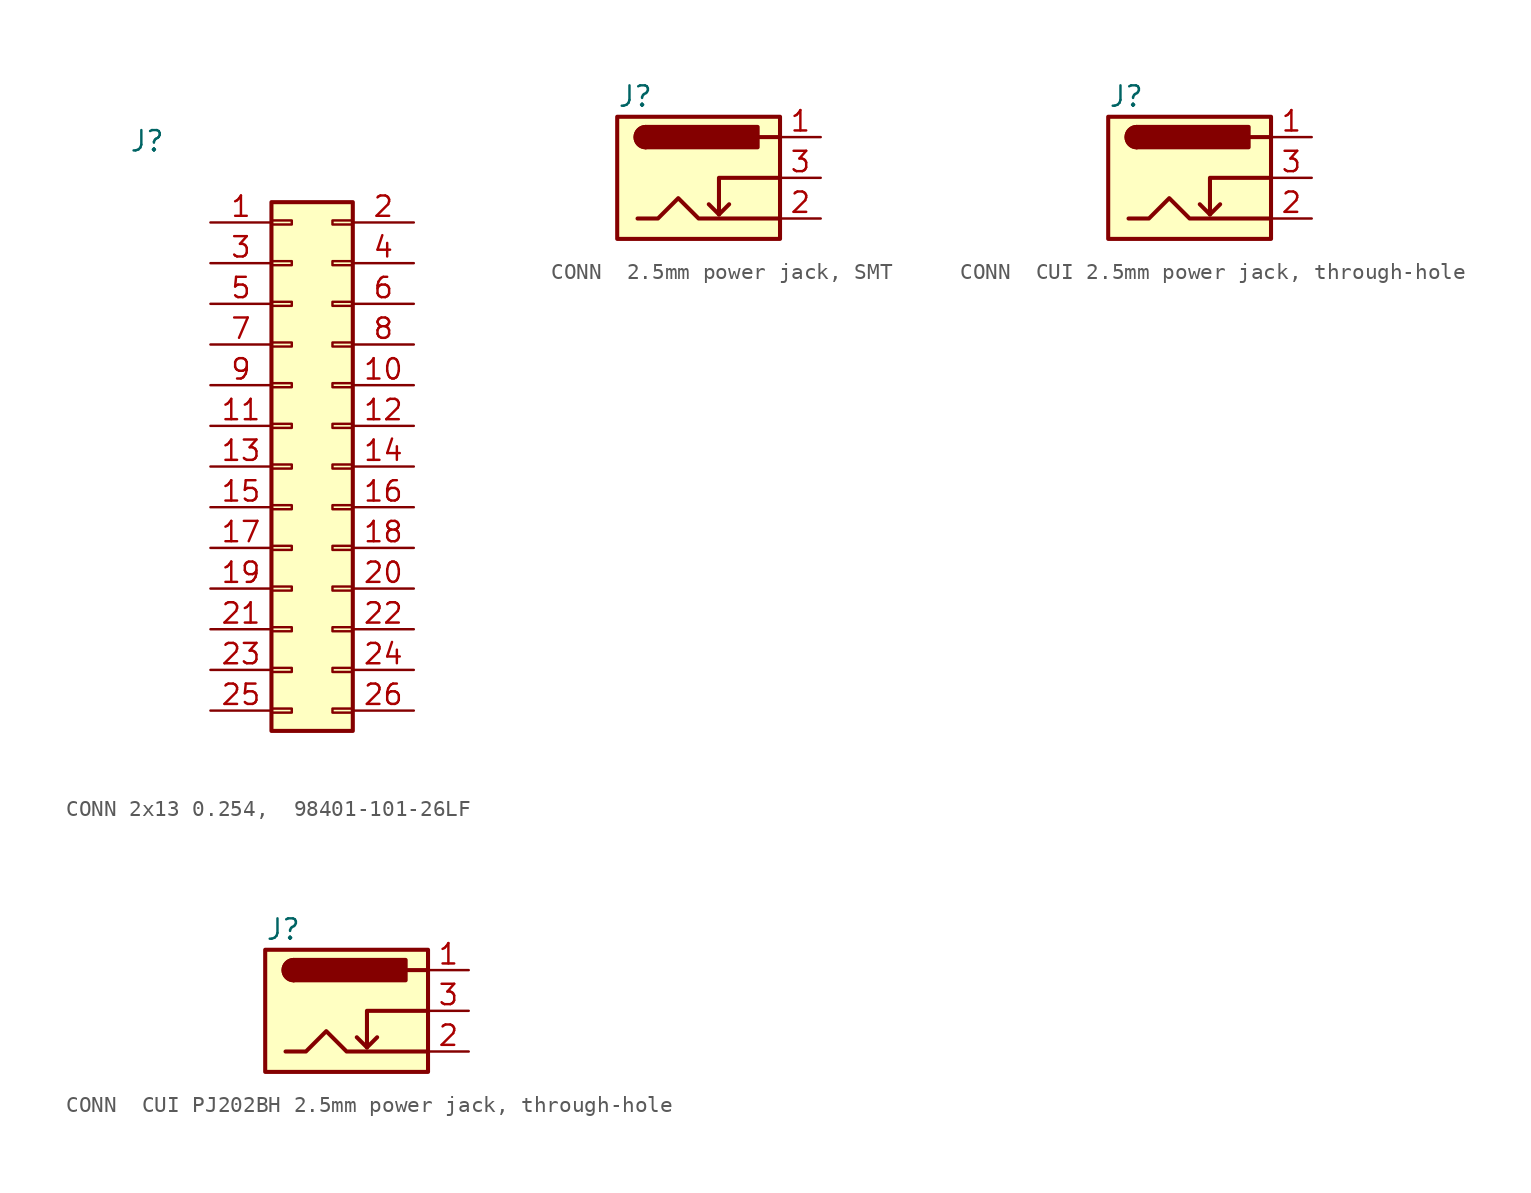
<source format=kicad_sym>
(kicad_symbol_lib
  (version 20241209)
  (generator "kicad_symbol_editor")
  (generator_version "9.0")
  (symbol "CONN 2x13 0.254,  98401-101-26LF "
    (pin_names
      (offset 0)
      (hide yes))
    (property "Reference" "J"
      (at -5.08 5.08 0)
      (effects (font (size 1.27 1.27)) (justify left)))
    (symbol "CONN 2x13 0.254,  98401-101-26LF _1_1"
      (rectangle (start 3.81 1.27) (end 8.89 -31.75) (stroke (width 0.254) (type default)) (fill (type background)))
      (rectangle (start 3.81 0.127) (end 5.08 -0.127) (stroke (width 0.152) (type default)) (fill (type none)))
      (rectangle (start 3.81 -2.413) (end 5.08 -2.667) (stroke (width 0.152) (type default)) (fill (type none)))
      (rectangle (start 3.81 -4.953) (end 5.08 -5.207) (stroke (width 0.152) (type default)) (fill (type none)))
      (rectangle (start 3.81 -7.493) (end 5.08 -7.747) (stroke (width 0.152) (type default)) (fill (type none)))
      (rectangle (start 3.81 -10.033) (end 5.08 -10.287) (stroke (width 0.152) (type default)) (fill (type none)))
      (rectangle (start 3.81 -12.573) (end 5.08 -12.827) (stroke (width 0.152) (type default)) (fill (type none)))
      (rectangle (start 3.81 -15.113) (end 5.08 -15.367) (stroke (width 0.152) (type default)) (fill (type none)))
      (rectangle (start 3.81 -17.653) (end 5.08 -17.907) (stroke (width 0.152) (type default)) (fill (type none)))
      (rectangle (start 3.81 -20.193) (end 5.08 -20.447) (stroke (width 0.152) (type default)) (fill (type none)))
      (rectangle (start 3.81 -22.733) (end 5.08 -22.987) (stroke (width 0.152) (type default)) (fill (type none)))
      (rectangle (start 3.81 -25.273) (end 5.08 -25.527) (stroke (width 0.152) (type default)) (fill (type none)))
      (rectangle (start 3.81 -27.813) (end 5.08 -28.067) (stroke (width 0.152) (type default)) (fill (type none)))
      (rectangle (start 3.81 -30.353) (end 5.08 -30.607) (stroke (width 0.152) (type default)) (fill (type none)))
      (rectangle (start 8.89 0.127) (end 7.62 -0.127) (stroke (width 0.152) (type default)) (fill (type none)))
      (rectangle (start 8.89 -2.413) (end 7.62 -2.667) (stroke (width 0.152) (type default)) (fill (type none)))
      (rectangle (start 8.89 -4.953) (end 7.62 -5.207) (stroke (width 0.152) (type default)) (fill (type none)))
      (rectangle (start 8.89 -7.493) (end 7.62 -7.747) (stroke (width 0.152) (type default)) (fill (type none)))
      (rectangle (start 8.89 -10.033) (end 7.62 -10.287) (stroke (width 0.152) (type default)) (fill (type none)))
      (rectangle (start 8.89 -12.573) (end 7.62 -12.827) (stroke (width 0.152) (type default)) (fill (type none)))
      (rectangle (start 8.89 -15.113) (end 7.62 -15.367) (stroke (width 0.152) (type default)) (fill (type none)))
      (rectangle (start 8.89 -17.653) (end 7.62 -17.907) (stroke (width 0.152) (type default)) (fill (type none)))
      (rectangle (start 8.89 -20.193) (end 7.62 -20.447) (stroke (width 0.152) (type default)) (fill (type none)))
      (rectangle (start 8.89 -22.733) (end 7.62 -22.987) (stroke (width 0.152) (type default)) (fill (type none)))
      (rectangle (start 8.89 -25.273) (end 7.62 -25.527) (stroke (width 0.152) (type default)) (fill (type none)))
      (rectangle (start 8.89 -27.813) (end 7.62 -28.067) (stroke (width 0.152) (type default)) (fill (type none)))
      (rectangle (start 8.89 -30.353) (end 7.62 -30.607) (stroke (width 0.152) (type default)) (fill (type none)))
      (pin passive line (at 0 0 0) (length 3.81) (name "Pin_1" (effects (font (size 1.27 1.27)))) (number "1" (effects (font (size 1.27 1.27)))))
      (pin passive line (at 0 -2.54 0) (length 3.81) (name "Pin_3" (effects (font (size 1.27 1.27)))) (number "3" (effects (font (size 1.27 1.27)))))
      (pin passive line (at 0 -5.08 0) (length 3.81) (name "Pin_5" (effects (font (size 1.27 1.27)))) (number "5" (effects (font (size 1.27 1.27)))))
      (pin passive line (at 0 -7.62 0) (length 3.81) (name "Pin_7" (effects (font (size 1.27 1.27)))) (number "7" (effects (font (size 1.27 1.27)))))
      (pin passive line (at 0 -10.16 0) (length 3.81) (name "Pin_9" (effects (font (size 1.27 1.27)))) (number "9" (effects (font (size 1.27 1.27)))))
      (pin passive line (at 0 -12.7 0) (length 3.81) (name "Pin_11" (effects (font (size 1.27 1.27)))) (number "11" (effects (font (size 1.27 1.27)))))
      (pin passive line (at 0 -15.24 0) (length 3.81) (name "Pin_13" (effects (font (size 1.27 1.27)))) (number "13" (effects (font (size 1.27 1.27)))))
      (pin passive line (at 0 -17.78 0) (length 3.81) (name "Pin_15" (effects (font (size 1.27 1.27)))) (number "15" (effects (font (size 1.27 1.27)))))
      (pin passive line (at 0 -20.32 0) (length 3.81) (name "Pin_17" (effects (font (size 1.27 1.27)))) (number "17" (effects (font (size 1.27 1.27)))))
      (pin passive line (at 0 -22.86 0) (length 3.81) (name "Pin_19" (effects (font (size 1.27 1.27)))) (number "19" (effects (font (size 1.27 1.27)))))
      (pin passive line (at 0 -25.4 0) (length 3.81) (name "Pin_21" (effects (font (size 1.27 1.27)))) (number "21" (effects (font (size 1.27 1.27)))))
      (pin passive line (at 0 -27.94 0) (length 3.81) (name "Pin_23" (effects (font (size 1.27 1.27)))) (number "23" (effects (font (size 1.27 1.27)))))
      (pin passive line (at 0 -30.48 0) (length 3.81) (name "Pin_25" (effects (font (size 1.27 1.27)))) (number "25" (effects (font (size 1.27 1.27)))))
      (pin passive line (at 12.7 0 180) (length 3.81) (name "Pin_2" (effects (font (size 1.27 1.27)))) (number "2" (effects (font (size 1.27 1.27)))))
      (pin passive line (at 12.7 -2.54 180) (length 3.81) (name "Pin_4" (effects (font (size 1.27 1.27)))) (number "4" (effects (font (size 1.27 1.27)))))
      (pin passive line (at 12.7 -5.08 180) (length 3.81) (name "Pin_6" (effects (font (size 1.27 1.27)))) (number "6" (effects (font (size 1.27 1.27)))))
      (pin passive line (at 12.7 -7.62 180) (length 3.81) (name "Pin_8" (effects (font (size 1.27 1.27)))) (number "8" (effects (font (size 1.27 1.27)))))
      (pin passive line (at 12.7 -10.16 180) (length 3.81) (name "Pin_10" (effects (font (size 1.27 1.27)))) (number "10" (effects (font (size 1.27 1.27)))))
      (pin passive line (at 12.7 -12.7 180) (length 3.81) (name "Pin_12" (effects (font (size 1.27 1.27)))) (number "12" (effects (font (size 1.27 1.27)))))
      (pin passive line (at 12.7 -15.24 180) (length 3.81) (name "Pin_14" (effects (font (size 1.27 1.27)))) (number "14" (effects (font (size 1.27 1.27)))))
      (pin passive line (at 12.7 -17.78 180) (length 3.81) (name "Pin_16" (effects (font (size 1.27 1.27)))) (number "16" (effects (font (size 1.27 1.27)))))
      (pin passive line (at 12.7 -20.32 180) (length 3.81) (name "Pin_18" (effects (font (size 1.27 1.27)))) (number "18" (effects (font (size 1.27 1.27)))))
      (pin passive line (at 12.7 -22.86 180) (length 3.81) (name "Pin_20" (effects (font (size 1.27 1.27)))) (number "20" (effects (font (size 1.27 1.27)))))
      (pin passive line (at 12.7 -25.4 180) (length 3.81) (name "Pin_22" (effects (font (size 1.27 1.27)))) (number "22" (effects (font (size 1.27 1.27)))))
      (pin passive line (at 12.7 -27.94 180) (length 3.81) (name "Pin_24" (effects (font (size 1.27 1.27)))) (number "24" (effects (font (size 1.27 1.27)))))
      (pin passive line (at 12.7 -30.48 180) (length 3.81) (name "Pin_26" (effects (font (size 1.27 1.27)))) (number "26" (effects (font (size 1.27 1.27)))))))
  (symbol "CONN  2.5mm power jack, SMT"
    (pin_names
      (offset 0)
      (hide yes))
    (property "Reference" "J"
      (at -5.08 5.08 0)
      (effects (font (size 1.27 1.27)) (justify left)))
    (symbol "CONN  2.5mm power jack, SMT_0_1"
      (rectangle (start -5.08 3.81) (end 5.08 -3.81) (stroke (width 0.254) (type default)) (fill (type background)))
      (polyline (pts (xy -3.81 -2.54) (xy -2.54 -2.54) (xy -1.27 -1.27) (xy 0 -2.54) (xy 2.54 -2.54) (xy 5.08 -2.54)) (stroke (width 0.254) (type default)) (fill (type none)))
      (arc (start -3.302 1.905) (mid -3.9343 2.54) (end -3.302 3.175) (stroke (width 0.254) (type default)) (fill (type none)))
      (arc (start -3.302 1.905) (mid -3.9343 2.54) (end -3.302 3.175) (stroke (width 0.254) (type default)) (fill (type outline)))
      (polyline (pts (xy 1.27 -2.286) (xy 1.905 -1.651)) (stroke (width 0.254) (type default)) (fill (type none)))
      (rectangle (start 3.683 3.175) (end -3.302 1.905) (stroke (width 0.254) (type default)) (fill (type outline)))
      (polyline (pts (xy 5.08 2.54) (xy 3.81 2.54)) (stroke (width 0.254) (type default)) (fill (type none)))
      (polyline (pts (xy 5.08 0) (xy 1.27 0) (xy 1.27 -2.286) (xy 0.635 -1.651)) (stroke (width 0.254) (type default)) (fill (type none))))
    (symbol "CONN  2.5mm power jack, SMT_1_1"
      (pin passive line (at 7.62 2.54 180) (length 2.54) (name "~" (effects (font (size 1.27 1.27)))) (number "1" (effects (font (size 1.27 1.27)))))
      (pin passive line (at 7.62 0 180) (length 2.54) (name "~" (effects (font (size 1.27 1.27)))) (number "3" (effects (font (size 1.27 1.27)))))
      (pin passive line (at 7.62 -2.54 180) (length 2.54) (name "~" (effects (font (size 1.27 1.27)))) (number "2" (effects (font (size 1.27 1.27)))))))
  (symbol "CONN  CUI 2.5mm power jack, through-hole"
    (pin_names
      (offset 0)
      (hide yes))
    (property "Reference" "J"
      (at -5.08 5.08 0)
      (effects (font (size 1.27 1.27)) (justify left)))
    (symbol "CONN  CUI 2.5mm power jack, through-hole_0_1"
      (rectangle (start -5.08 3.81) (end 5.08 -3.81) (stroke (width 0.254) (type default)) (fill (type background)))
      (polyline (pts (xy -3.81 -2.54) (xy -2.54 -2.54) (xy -1.27 -1.27) (xy 0 -2.54) (xy 2.54 -2.54) (xy 5.08 -2.54)) (stroke (width 0.254) (type default)) (fill (type none)))
      (arc (start -3.302 1.905) (mid -3.9343 2.54) (end -3.302 3.175) (stroke (width 0.254) (type default)) (fill (type none)))
      (arc (start -3.302 1.905) (mid -3.9343 2.54) (end -3.302 3.175) (stroke (width 0.254) (type default)) (fill (type outline)))
      (polyline (pts (xy 1.27 -2.286) (xy 1.905 -1.651)) (stroke (width 0.254) (type default)) (fill (type none)))
      (rectangle (start 3.683 3.175) (end -3.302 1.905) (stroke (width 0.254) (type default)) (fill (type outline)))
      (polyline (pts (xy 5.08 2.54) (xy 3.81 2.54)) (stroke (width 0.254) (type default)) (fill (type none)))
      (polyline (pts (xy 5.08 0) (xy 1.27 0) (xy 1.27 -2.286) (xy 0.635 -1.651)) (stroke (width 0.254) (type default)) (fill (type none))))
    (symbol "CONN  CUI 2.5mm power jack, through-hole_1_1"
      (pin passive line (at 7.62 2.54 180) (length 2.54) (name "~" (effects (font (size 1.27 1.27)))) (number "1" (effects (font (size 1.27 1.27)))))
      (pin passive line (at 7.62 0 180) (length 2.54) (name "~" (effects (font (size 1.27 1.27)))) (number "3" (effects (font (size 1.27 1.27)))))
      (pin passive line (at 7.62 -2.54 180) (length 2.54) (name "~" (effects (font (size 1.27 1.27)))) (number "2" (effects (font (size 1.27 1.27)))))))
  (symbol "CONN  CUI PJ202BH 2.5mm power jack, through-hole"
    (pin_names
      (offset 0)
      (hide yes))
    (property "Reference" "J"
      (at -5.08 5.08 0)
      (effects (font (size 1.27 1.27)) (justify left)))
    (symbol "CONN  CUI PJ202BH 2.5mm power jack, through-hole_0_1"
      (rectangle (start -5.08 3.81) (end 5.08 -3.81) (stroke (width 0.254) (type default)) (fill (type background)))
      (polyline (pts (xy -3.81 -2.54) (xy -2.54 -2.54) (xy -1.27 -1.27) (xy 0 -2.54) (xy 2.54 -2.54) (xy 5.08 -2.54)) (stroke (width 0.254) (type default)) (fill (type none)))
      (arc (start -3.302 1.905) (mid -3.9343 2.54) (end -3.302 3.175) (stroke (width 0.254) (type default)) (fill (type none)))
      (arc (start -3.302 1.905) (mid -3.9343 2.54) (end -3.302 3.175) (stroke (width 0.254) (type default)) (fill (type outline)))
      (polyline (pts (xy 1.27 -2.286) (xy 1.905 -1.651)) (stroke (width 0.254) (type default)) (fill (type none)))
      (rectangle (start 3.683 3.175) (end -3.302 1.905) (stroke (width 0.254) (type default)) (fill (type outline)))
      (polyline (pts (xy 5.08 2.54) (xy 3.81 2.54)) (stroke (width 0.254) (type default)) (fill (type none)))
      (polyline (pts (xy 5.08 0) (xy 1.27 0) (xy 1.27 -2.286) (xy 0.635 -1.651)) (stroke (width 0.254) (type default)) (fill (type none))))
    (symbol "CONN  CUI PJ202BH 2.5mm power jack, through-hole_1_1"
      (pin passive line (at 7.62 2.54 180) (length 2.54) (name "~" (effects (font (size 1.27 1.27)))) (number "1" (effects (font (size 1.27 1.27)))))
      (pin passive line (at 7.62 0 180) (length 2.54) (name "~" (effects (font (size 1.27 1.27)))) (number "3" (effects (font (size 1.27 1.27)))))
      (pin passive line (at 7.62 -2.54 180) (length 2.54) (name "~" (effects (font (size 1.27 1.27)))) (number "2" (effects (font (size 1.27 1.27))))))))
</source>
